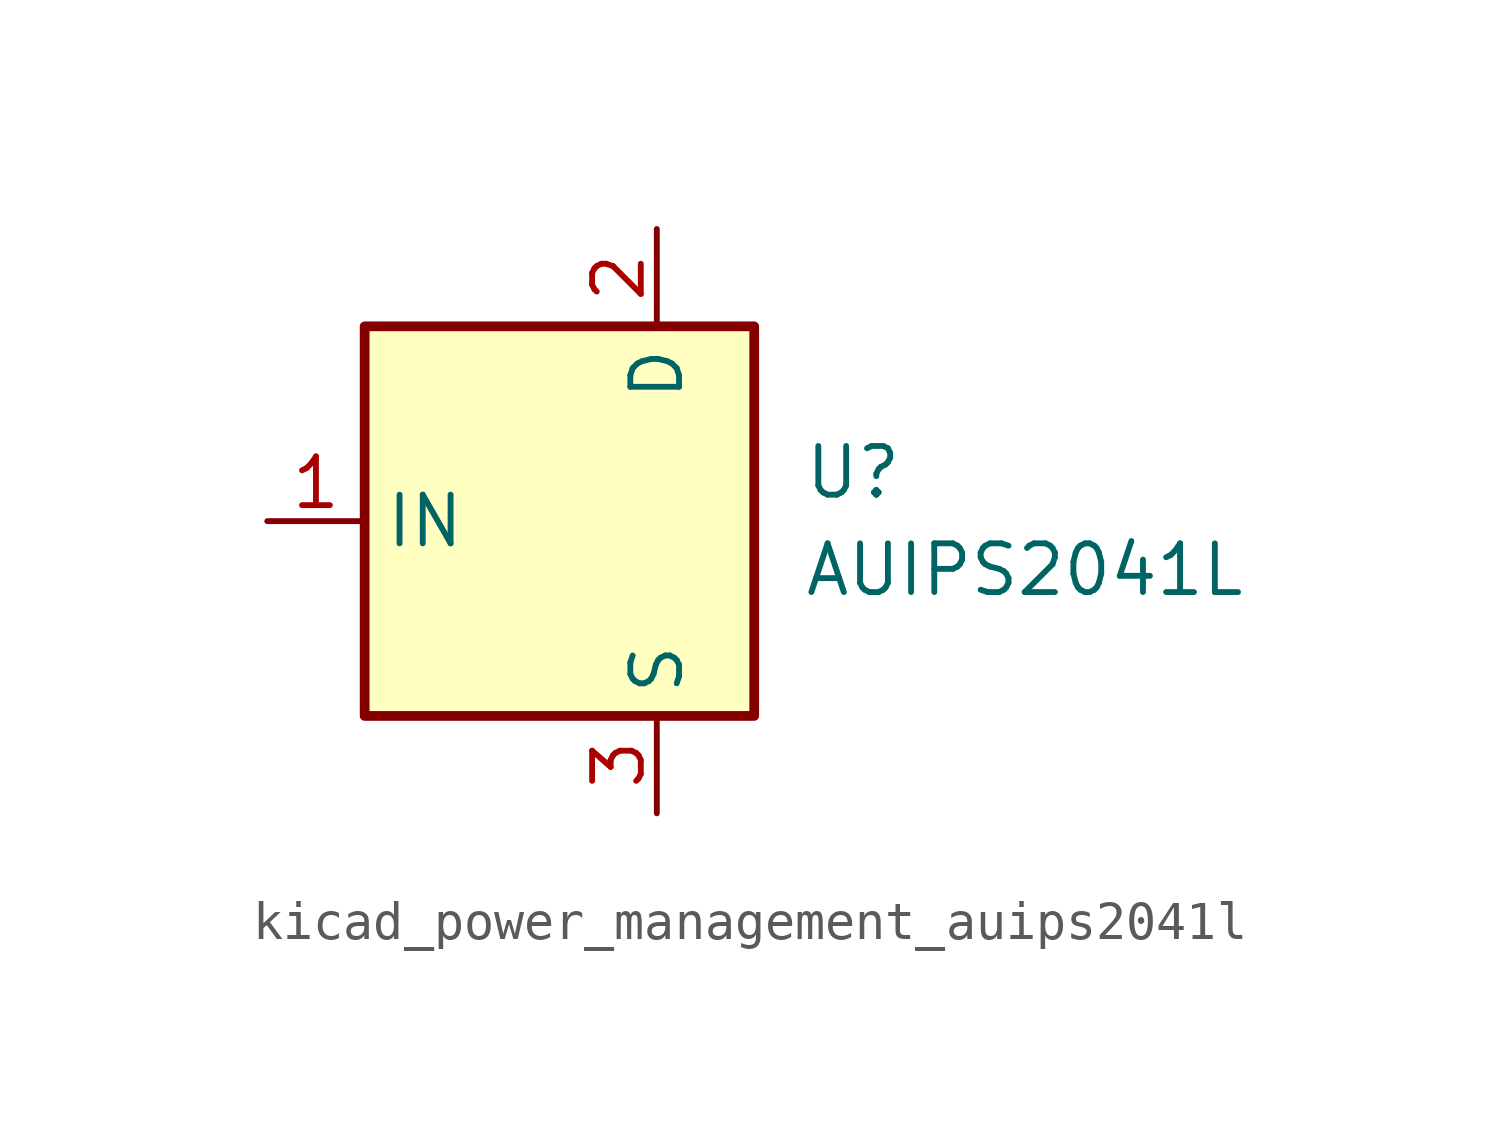
<source format=kicad_sym>
(kicad_symbol_lib
  (version 20220914)
  (generator kicad_symbol_editor)
  (symbol "kicad_power_management_auips2041l"
    (property "Reference" "U"
      (at 3.81 1.27 0)
      (effects (font (size 1.27 1.27)) (justify left)))
    (property "Value" "AUIPS2041L"
      (at 3.81 -1.27 0)
      (effects (font (size 1.27 1.27)) (justify left)))
    (symbol "kicad_power_management_auips2041l_0_1"
      (rectangle (start -7.62 5.08) (end 2.54 -5.08) (stroke (width 0.254) (type default)) (fill (type background))))
    (symbol "kicad_power_management_auips2041l_1_1"
      (pin input line (at -10.16 0 0) (length 2.54) (name "IN" (effects (font (size 1.27 1.27)))) (number "1" (effects (font (size 1.27 1.27)))))
      (pin passive line (at 0 7.62 270) (length 2.54) (name "D" (effects (font (size 1.27 1.27)))) (number "2" (effects (font (size 1.27 1.27)))))
      (pin power_in line (at 0 -7.62 90) (length 2.54) (name "S" (effects (font (size 1.27 1.27)))) (number "3" (effects (font (size 1.27 1.27))))))))
</source>
